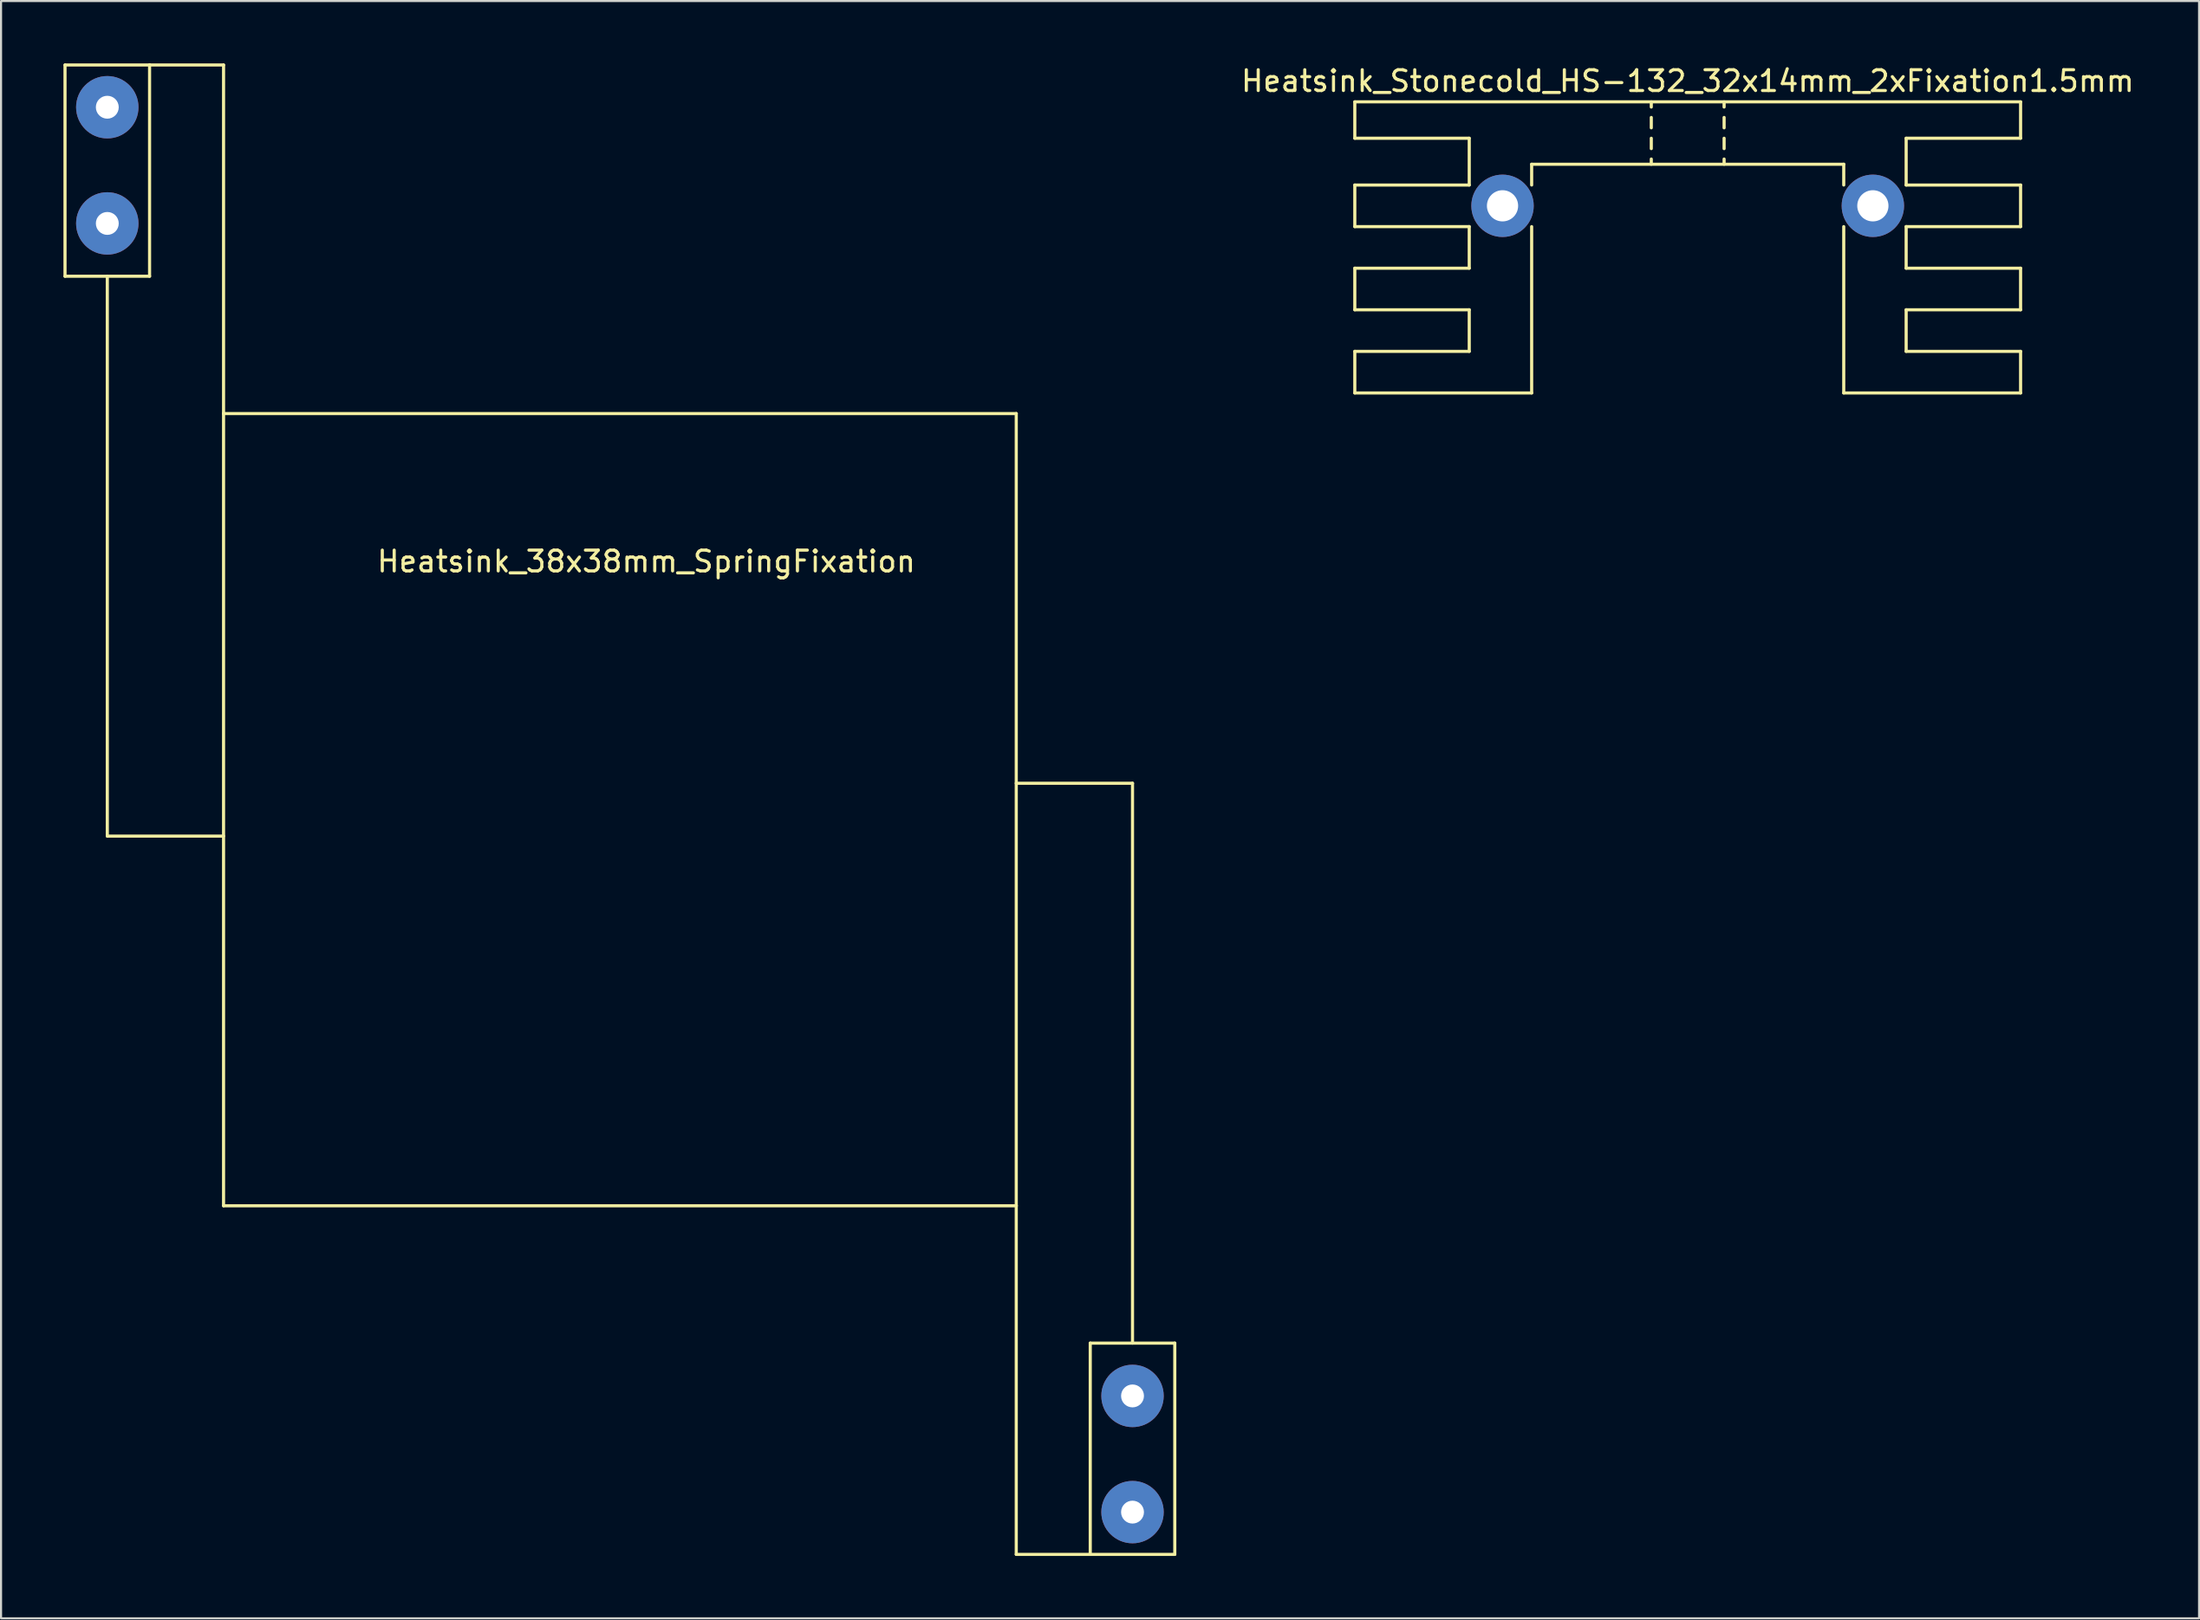
<source format=kicad_pcb>
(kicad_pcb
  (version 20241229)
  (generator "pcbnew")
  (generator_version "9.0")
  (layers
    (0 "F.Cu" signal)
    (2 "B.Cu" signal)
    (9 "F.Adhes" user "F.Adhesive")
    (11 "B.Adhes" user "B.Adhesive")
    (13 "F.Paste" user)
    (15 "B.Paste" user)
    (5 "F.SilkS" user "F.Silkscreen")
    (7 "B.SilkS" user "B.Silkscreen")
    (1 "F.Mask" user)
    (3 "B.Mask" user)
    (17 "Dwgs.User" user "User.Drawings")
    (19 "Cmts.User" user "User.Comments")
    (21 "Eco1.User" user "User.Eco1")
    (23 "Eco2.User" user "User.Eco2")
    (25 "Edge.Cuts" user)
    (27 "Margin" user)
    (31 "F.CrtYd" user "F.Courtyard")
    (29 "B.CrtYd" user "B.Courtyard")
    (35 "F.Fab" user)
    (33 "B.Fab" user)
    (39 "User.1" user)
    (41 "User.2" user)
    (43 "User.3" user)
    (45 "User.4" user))
  (footprint "Heatsink_Stonecold_HS-132_32x14mm_2xFixation1.5mm"
    (layer "F.Cu")
    (at 78.067 6.848)
    (property "Reference" "Heatsink_Stonecold_HS-132_32x14mm_2xFixation1.5mm" (at 0 -6 0) (layer "F.SilkS") (effects (font (size 1 1) (thickness 0.15))))
    (attr through_hole)
    (fp_line (start -16 -5) (end 16 -5) (stroke (width 0.15) (type solid)) (layer "F.SilkS"))
    (fp_line (start -16 -3.25) (end -16 -5) (stroke (width 0.15) (type solid)) (layer "F.SilkS"))
    (fp_line (start -16 -1) (end -16 1) (stroke (width 0.15) (type solid)) (layer "F.SilkS"))
    (fp_line (start -16 1) (end -10.5 1) (stroke (width 0.15) (type solid)) (layer "F.SilkS"))
    (fp_line (start -16 3) (end -16 5) (stroke (width 0.15) (type solid)) (layer "F.SilkS"))
    (fp_line (start -16 5) (end -10.5 5) (stroke (width 0.15) (type solid)) (layer "F.SilkS"))
    (fp_line (start -16 7) (end -16 9) (stroke (width 0.15) (type solid)) (layer "F.SilkS"))
    (fp_line (start -10.5 -3.25) (end -16 -3.25) (stroke (width 0.15) (type solid)) (layer "F.SilkS"))
    (fp_line (start -10.5 -3.25) (end -10.5 -1) (stroke (width 0.15) (type solid)) (layer "F.SilkS"))
    (fp_line (start -10.5 -1) (end -16 -1) (stroke (width 0.15) (type solid)) (layer "F.SilkS"))
    (fp_line (start -10.5 1) (end -10.5 3) (stroke (width 0.15) (type solid)) (layer "F.SilkS"))
    (fp_line (start -10.5 3) (end -16 3) (stroke (width 0.15) (type solid)) (layer "F.SilkS"))
    (fp_line (start -10.5 5) (end -10.5 7) (stroke (width 0.15) (type solid)) (layer "F.SilkS"))
    (fp_line (start -10.5 7) (end -16 7) (stroke (width 0.15) (type solid)) (layer "F.SilkS"))
    (fp_line (start -7.5 -2) (end -7.5 -1) (stroke (width 0.15) (type solid)) (layer "F.SilkS"))
    (fp_line (start -7.5 -2) (end 7.5 -2) (stroke (width 0.15) (type solid)) (layer "F.SilkS"))
    (fp_line (start -7.5 1) (end -7.5 9) (stroke (width 0.15) (type solid)) (layer "F.SilkS"))
    (fp_line (start -7.5 9) (end -16 9) (stroke (width 0.15) (type solid)) (layer "F.SilkS"))
    (fp_line (start -1.75 -4.75) (end -1.75 -5) (stroke (width 0.15) (type solid)) (layer "F.SilkS"))
    (fp_line (start -1.75 -4.25) (end -1.75 -3.75) (stroke (width 0.15) (type solid)) (layer "F.SilkS"))
    (fp_line (start -1.75 -3.25) (end -1.75 -2.75) (stroke (width 0.15) (type solid)) (layer "F.SilkS"))
    (fp_line (start -1.75 -2.25) (end -1.75 -2) (stroke (width 0.15) (type solid)) (layer "F.SilkS"))
    (fp_line (start 1.75 -4.75) (end 1.75 -5) (stroke (width 0.15) (type solid)) (layer "F.SilkS"))
    (fp_line (start 1.75 -4.25) (end 1.75 -3.75) (stroke (width 0.15) (type solid)) (layer "F.SilkS"))
    (fp_line (start 1.75 -3.25) (end 1.75 -2.75) (stroke (width 0.15) (type solid)) (layer "F.SilkS"))
    (fp_line (start 1.75 -2.25) (end 1.75 -2) (stroke (width 0.15) (type solid)) (layer "F.SilkS"))
    (fp_line (start 7.5 -2) (end 7.5 -1) (stroke (width 0.15) (type solid)) (layer "F.SilkS"))
    (fp_line (start 7.5 1) (end 7.5 9) (stroke (width 0.15) (type solid)) (layer "F.SilkS"))
    (fp_line (start 7.5 9) (end 16 9) (stroke (width 0.15) (type solid)) (layer "F.SilkS"))
    (fp_line (start 10.5 -3.25) (end 10.5 -1) (stroke (width 0.15) (type solid)) (layer "F.SilkS"))
    (fp_line (start 10.5 -3.25) (end 16 -3.25) (stroke (width 0.15) (type solid)) (layer "F.SilkS"))
    (fp_line (start 10.5 -1) (end 16 -1) (stroke (width 0.15) (type solid)) (layer "F.SilkS"))
    (fp_line (start 10.5 1) (end 10.5 3) (stroke (width 0.15) (type solid)) (layer "F.SilkS"))
    (fp_line (start 10.5 1) (end 16 1) (stroke (width 0.15) (type solid)) (layer "F.SilkS"))
    (fp_line (start 10.5 3) (end 16 3) (stroke (width 0.15) (type solid)) (layer "F.SilkS"))
    (fp_line (start 10.5 5) (end 10.5 7) (stroke (width 0.15) (type solid)) (layer "F.SilkS"))
    (fp_line (start 10.5 5) (end 16 5) (stroke (width 0.15) (type solid)) (layer "F.SilkS"))
    (fp_line (start 10.5 7) (end 16 7) (stroke (width 0.15) (type solid)) (layer "F.SilkS"))
    (fp_line (start 16 -5) (end 16 -3.25) (stroke (width 0.15) (type solid)) (layer "F.SilkS"))
    (fp_line (start 16 -1) (end 16 1) (stroke (width 0.15) (type solid)) (layer "F.SilkS"))
    (fp_line (start 16 3) (end 16 5) (stroke (width 0.15) (type solid)) (layer "F.SilkS"))
    (fp_line (start 16 7) (end 16 9) (stroke (width 0.15) (type solid)) (layer "F.SilkS"))
    (pad "1" thru_hole circle (at -8.9 0) (size 3 3) (drill 1.5) (layers "*.Cu" "*.Mask"))
    (pad "1" thru_hole circle (at 8.9 0) (size 3 3) (drill 1.5) (layers "*.Cu" "*.Mask")))
  (footprint "Heatsink_38x38mm_SpringFixation"
    (layer "F.Cu")
    (at 7.695 54.939)
    (property "Reference" "Heatsink_38x38mm_SpringFixation" (at 20.32 -30.988 0) (layer "F.SilkS") (effects (font (size 1 1) (thickness 0.15))))
    (attr through_hole)
    (fp_line (start -7.62 -54.864) (end -7.62 -44.704) (stroke (width 0.15) (type solid)) (layer "F.SilkS"))
    (fp_line (start -7.62 -44.704) (end -3.556 -44.704) (stroke (width 0.15) (type solid)) (layer "F.SilkS"))
    (fp_line (start -5.588 -17.78) (end -5.588 -44.704) (stroke (width 0.15) (type solid)) (layer "F.SilkS"))
    (fp_line (start -3.556 -54.864) (end -7.62 -54.864) (stroke (width 0.15) (type solid)) (layer "F.SilkS"))
    (fp_line (start -3.556 -54.864) (end 0 -54.864) (stroke (width 0.15) (type solid)) (layer "F.SilkS"))
    (fp_line (start -3.556 -44.704) (end -3.556 -54.864) (stroke (width 0.15) (type solid)) (layer "F.SilkS"))
    (fp_line (start 0 -54.864) (end 0 -38.1) (stroke (width 0.15) (type solid)) (layer "F.SilkS"))
    (fp_line (start 0 -38.1) (end 0 0) (stroke (width 0.15) (type solid)) (layer "F.SilkS"))
    (fp_line (start 0 -17.78) (end -5.588 -17.78) (stroke (width 0.15) (type solid)) (layer "F.SilkS"))
    (fp_line (start 0 0) (end 38.1 0) (stroke (width 0.15) (type solid)) (layer "F.SilkS"))
    (fp_line (start 38.1 -38.1) (end 0 -38.1) (stroke (width 0.15) (type solid)) (layer "F.SilkS"))
    (fp_line (start 38.1 -20.32) (end 43.688 -20.32) (stroke (width 0.15) (type solid)) (layer "F.SilkS"))
    (fp_line (start 38.1 0) (end 38.1 -38.1) (stroke (width 0.15) (type solid)) (layer "F.SilkS"))
    (fp_line (start 38.1 16.764) (end 38.1 0) (stroke (width 0.15) (type solid)) (layer "F.SilkS"))
    (fp_line (start 41.656 6.604) (end 41.656 16.764) (stroke (width 0.15) (type solid)) (layer "F.SilkS"))
    (fp_line (start 41.656 16.764) (end 38.1 16.764) (stroke (width 0.15) (type solid)) (layer "F.SilkS"))
    (fp_line (start 43.688 -20.32) (end 43.688 6.604) (stroke (width 0.15) (type solid)) (layer "F.SilkS"))
    (fp_line (start 45.72 6.604) (end 41.656 6.604) (stroke (width 0.15) (type solid)) (layer "F.SilkS"))
    (fp_line (start 45.72 6.604) (end 45.72 16.764) (stroke (width 0.15) (type solid)) (layer "F.SilkS"))
    (fp_line (start 45.72 16.764) (end 41.656 16.764) (stroke (width 0.15) (type solid)) (layer "F.SilkS"))
    (pad "1" thru_hole circle (at -5.588 -52.832) (size 3 3) (drill 1.1) (layers "*.Cu" "*.Mask"))
    (pad "1" thru_hole circle (at -5.588 -47.244) (size 3 3) (drill 1.1) (layers "*.Cu" "*.Mask"))
    (pad "1" thru_hole circle (at 43.688 9.144) (size 3 3) (drill 1.1) (layers "*.Cu" "*.Mask"))
    (pad "1" thru_hole circle (at 43.688 14.732) (size 3 3) (drill 1.1) (layers "*.Cu" "*.Mask")))
  (gr_rect
    (start -3 -3)
    (end 102.645 74.778)
    (stroke (width 0.1) (type default))
    (fill no)
    (layer "Edge.Cuts")))
</source>
